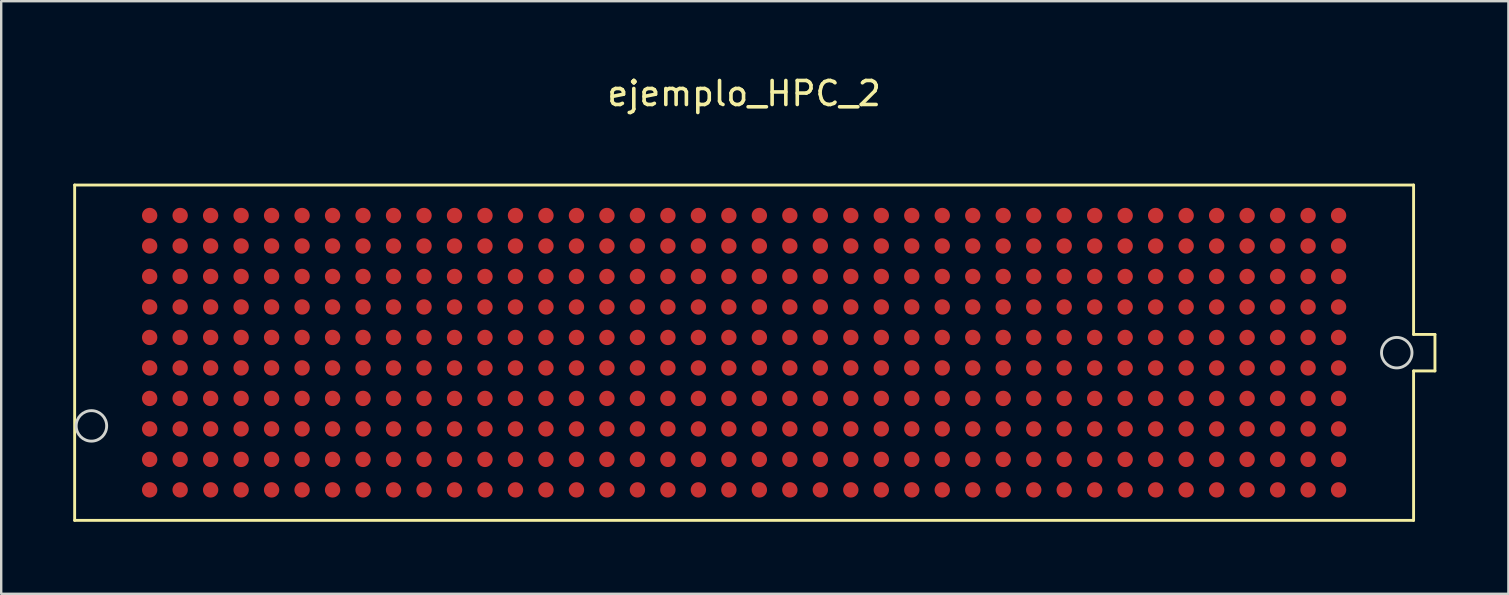
<source format=kicad_pcb>
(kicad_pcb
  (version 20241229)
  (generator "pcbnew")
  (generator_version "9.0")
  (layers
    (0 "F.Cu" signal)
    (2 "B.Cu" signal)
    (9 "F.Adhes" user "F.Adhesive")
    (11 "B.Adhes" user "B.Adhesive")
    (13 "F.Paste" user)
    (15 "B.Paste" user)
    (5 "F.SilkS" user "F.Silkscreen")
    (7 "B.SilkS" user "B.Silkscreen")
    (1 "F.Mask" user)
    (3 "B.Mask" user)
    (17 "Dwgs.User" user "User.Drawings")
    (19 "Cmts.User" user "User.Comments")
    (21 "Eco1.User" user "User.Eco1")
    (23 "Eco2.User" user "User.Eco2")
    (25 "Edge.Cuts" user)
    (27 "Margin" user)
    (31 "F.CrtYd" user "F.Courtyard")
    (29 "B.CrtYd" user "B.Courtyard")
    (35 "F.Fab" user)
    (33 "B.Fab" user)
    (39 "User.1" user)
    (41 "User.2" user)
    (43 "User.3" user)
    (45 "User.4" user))
  (footprint "ejemplo_HPC_2"
    (layer "F.Cu")
    (at 27.95 11.643)
    (property "Reference" "ejemplo_HPC_2" (at 0 -10.795 0) (layer "F.SilkS") (effects (font (size 1 1) (thickness 0.15))))
    (attr through_hole)
    (fp_line (start -27.89 -6.985) (end -27.89 6.985) (stroke (width 0.12) (type solid)) (layer "F.SilkS"))
    (fp_line (start -27.89 -6.985) (end 27.89 -6.985) (stroke (width 0.12) (type solid)) (layer "F.SilkS"))
    (fp_line (start 27.89 -0.76) (end 27.89 -6.985) (stroke (width 0.12) (type solid)) (layer "F.SilkS"))
    (fp_line (start 27.89 6.985) (end -27.89 6.985) (stroke (width 0.12) (type solid)) (layer "F.SilkS"))
    (fp_line (start 27.89 6.985) (end 27.89 0.76) (stroke (width 0.12) (type solid)) (layer "F.SilkS"))
    (fp_line (start 28.78 -0.76) (end 27.89 -0.76) (stroke (width 0.12) (type solid)) (layer "F.SilkS"))
    (fp_line (start 28.78 0.76) (end 27.89 0.76) (stroke (width 0.12) (type solid)) (layer "F.SilkS"))
    (fp_line (start 28.78 0.76) (end 28.78 -0.76) (stroke (width 0.12) (type solid)) (layer "F.SilkS"))
    (fp_circle (center -27.191 3.05) (end -26.556 3.05) (stroke (width 0.12) (type solid)) (fill no) (layer "Edge.Cuts"))
    (fp_circle (center 27.189 0) (end 27.824 0) (stroke (width 0.12) (type solid)) (fill no) (layer "Edge.Cuts"))
    (pad "A1" smd circle (at 24.765 5.715 180) (size 0.64 0.64) (layers "F.Cu" "F.Mask" "F.Paste"))
    (pad "A2" smd circle (at 23.495 5.715 180) (size 0.64 0.64) (layers "F.Cu" "F.Mask" "F.Paste"))
    (pad "A3" smd circle (at 22.225 5.715 180) (size 0.64 0.64) (layers "F.Cu" "F.Mask" "F.Paste"))
    (pad "A4" smd circle (at 20.955 5.715 180) (size 0.64 0.64) (layers "F.Cu" "F.Mask" "F.Paste"))
    (pad "A5" smd circle (at 19.685 5.715 180) (size 0.64 0.64) (layers "F.Cu" "F.Mask" "F.Paste"))
    (pad "A6" smd circle (at 18.415 5.715 180) (size 0.64 0.64) (layers "F.Cu" "F.Mask" "F.Paste"))
    (pad "A7" smd circle (at 17.145 5.715 180) (size 0.64 0.64) (layers "F.Cu" "F.Mask" "F.Paste"))
    (pad "A8" smd circle (at 15.875 5.715 180) (size 0.64 0.64) (layers "F.Cu" "F.Mask" "F.Paste"))
    (pad "A9" smd circle (at 14.605 5.715 180) (size 0.64 0.64) (layers "F.Cu" "F.Mask" "F.Paste"))
    (pad "A10" smd circle (at 13.335 5.715 180) (size 0.64 0.64) (layers "F.Cu" "F.Mask" "F.Paste"))
    (pad "A11" smd circle (at 12.065 5.715 180) (size 0.64 0.64) (layers "F.Cu" "F.Mask" "F.Paste"))
    (pad "A12" smd circle (at 10.795 5.715 180) (size 0.64 0.64) (layers "F.Cu" "F.Mask" "F.Paste"))
    (pad "A13" smd circle (at 9.525 5.715 180) (size 0.64 0.64) (layers "F.Cu" "F.Mask" "F.Paste"))
    (pad "A14" smd circle (at 8.255 5.715 180) (size 0.64 0.64) (layers "F.Cu" "F.Mask" "F.Paste"))
    (pad "A15" smd circle (at 6.985 5.715 180) (size 0.64 0.64) (layers "F.Cu" "F.Mask" "F.Paste"))
    (pad "A16" smd circle (at 5.715 5.715 180) (size 0.64 0.64) (layers "F.Cu" "F.Mask" "F.Paste"))
    (pad "A17" smd circle (at 4.445 5.715 180) (size 0.64 0.64) (layers "F.Cu" "F.Mask" "F.Paste"))
    (pad "A18" smd circle (at 3.175 5.715 180) (size 0.64 0.64) (layers "F.Cu" "F.Mask" "F.Paste"))
    (pad "A19" smd circle (at 1.905 5.715 180) (size 0.64 0.64) (layers "F.Cu" "F.Mask" "F.Paste"))
    (pad "A20" smd circle (at 0.635 5.715 180) (size 0.64 0.64) (layers "F.Cu" "F.Mask" "F.Paste"))
    (pad "A21" smd circle (at -0.635 5.715 180) (size 0.64 0.64) (layers "F.Cu" "F.Mask" "F.Paste"))
    (pad "A22" smd circle (at -1.905 5.715 180) (size 0.64 0.64) (layers "F.Cu" "F.Mask" "F.Paste"))
    (pad "A23" smd circle (at -3.175 5.715 180) (size 0.64 0.64) (layers "F.Cu" "F.Mask" "F.Paste"))
    (pad "A24" smd circle (at -4.445 5.715 180) (size 0.64 0.64) (layers "F.Cu" "F.Mask" "F.Paste"))
    (pad "A25" smd circle (at -5.715 5.715 180) (size 0.64 0.64) (layers "F.Cu" "F.Mask" "F.Paste"))
    (pad "A26" smd circle (at -6.985 5.715 180) (size 0.64 0.64) (layers "F.Cu" "F.Mask" "F.Paste"))
    (pad "A27" smd circle (at -8.255 5.715 180) (size 0.64 0.64) (layers "F.Cu" "F.Mask" "F.Paste"))
    (pad "A28" smd circle (at -9.525 5.715 180) (size 0.64 0.64) (layers "F.Cu" "F.Mask" "F.Paste"))
    (pad "A29" smd circle (at -10.795 5.715 180) (size 0.64 0.64) (layers "F.Cu" "F.Mask" "F.Paste"))
    (pad "A30" smd circle (at -12.065 5.715 180) (size 0.64 0.64) (layers "F.Cu" "F.Mask" "F.Paste"))
    (pad "A31" smd circle (at -13.335 5.715 180) (size 0.64 0.64) (layers "F.Cu" "F.Mask" "F.Paste"))
    (pad "A32" smd circle (at -14.605 5.715 180) (size 0.64 0.64) (layers "F.Cu" "F.Mask" "F.Paste"))
    (pad "A33" smd circle (at -15.875 5.715 180) (size 0.64 0.64) (layers "F.Cu" "F.Mask" "F.Paste"))
    (pad "A34" smd circle (at -17.145 5.715 180) (size 0.64 0.64) (layers "F.Cu" "F.Mask" "F.Paste"))
    (pad "A35" smd circle (at -18.415 5.715 180) (size 0.64 0.64) (layers "F.Cu" "F.Mask" "F.Paste"))
    (pad "A36" smd circle (at -19.685 5.715 180) (size 0.64 0.64) (layers "F.Cu" "F.Mask" "F.Paste"))
    (pad "A37" smd circle (at -20.955 5.715 180) (size 0.64 0.64) (layers "F.Cu" "F.Mask" "F.Paste"))
    (pad "A38" smd circle (at -22.225 5.715 180) (size 0.64 0.64) (layers "F.Cu" "F.Mask" "F.Paste"))
    (pad "A39" smd circle (at -23.495 5.715 180) (size 0.64 0.64) (layers "F.Cu" "F.Mask" "F.Paste"))
    (pad "A40" smd circle (at -24.765 5.715 180) (size 0.64 0.64) (layers "F.Cu" "F.Mask" "F.Paste"))
    (pad "B1" smd circle (at 24.765 4.445 180) (size 0.64 0.64) (layers "F.Cu" "F.Mask" "F.Paste"))
    (pad "B2" smd circle (at 23.495 4.445 180) (size 0.64 0.64) (layers "F.Cu" "F.Mask" "F.Paste"))
    (pad "B3" smd circle (at 22.225 4.445 180) (size 0.64 0.64) (layers "F.Cu" "F.Mask" "F.Paste"))
    (pad "B4" smd circle (at 20.955 4.445 180) (size 0.64 0.64) (layers "F.Cu" "F.Mask" "F.Paste"))
    (pad "B5" smd circle (at 19.685 4.445 180) (size 0.64 0.64) (layers "F.Cu" "F.Mask" "F.Paste"))
    (pad "B6" smd circle (at 18.415 4.445 180) (size 0.64 0.64) (layers "F.Cu" "F.Mask" "F.Paste"))
    (pad "B7" smd circle (at 17.145 4.445 180) (size 0.64 0.64) (layers "F.Cu" "F.Mask" "F.Paste"))
    (pad "B8" smd circle (at 15.875 4.445 180) (size 0.64 0.64) (layers "F.Cu" "F.Mask" "F.Paste"))
    (pad "B9" smd circle (at 14.605 4.445 180) (size 0.64 0.64) (layers "F.Cu" "F.Mask" "F.Paste"))
    (pad "B10" smd circle (at 13.335 4.445 180) (size 0.64 0.64) (layers "F.Cu" "F.Mask" "F.Paste"))
    (pad "B11" smd circle (at 12.065 4.445 180) (size 0.64 0.64) (layers "F.Cu" "F.Mask" "F.Paste"))
    (pad "B12" smd circle (at 10.795 4.445 180) (size 0.64 0.64) (layers "F.Cu" "F.Mask" "F.Paste"))
    (pad "B13" smd circle (at 9.525 4.445 180) (size 0.64 0.64) (layers "F.Cu" "F.Mask" "F.Paste"))
    (pad "B14" smd circle (at 8.255 4.445 180) (size 0.64 0.64) (layers "F.Cu" "F.Mask" "F.Paste"))
    (pad "B15" smd circle (at 6.985 4.445 180) (size 0.64 0.64) (layers "F.Cu" "F.Mask" "F.Paste"))
    (pad "B16" smd circle (at 5.715 4.445 180) (size 0.64 0.64) (layers "F.Cu" "F.Mask" "F.Paste"))
    (pad "B17" smd circle (at 4.445 4.445 180) (size 0.64 0.64) (layers "F.Cu" "F.Mask" "F.Paste"))
    (pad "B18" smd circle (at 3.175 4.445 180) (size 0.64 0.64) (layers "F.Cu" "F.Mask" "F.Paste"))
    (pad "B19" smd circle (at 1.905 4.445 180) (size 0.64 0.64) (layers "F.Cu" "F.Mask" "F.Paste"))
    (pad "B20" smd circle (at 0.635 4.445 180) (size 0.64 0.64) (layers "F.Cu" "F.Mask" "F.Paste"))
    (pad "B21" smd circle (at -0.635 4.445 180) (size 0.64 0.64) (layers "F.Cu" "F.Mask" "F.Paste"))
    (pad "B22" smd circle (at -1.905 4.445 180) (size 0.64 0.64) (layers "F.Cu" "F.Mask" "F.Paste"))
    (pad "B23" smd circle (at -3.175 4.445 180) (size 0.64 0.64) (layers "F.Cu" "F.Mask" "F.Paste"))
    (pad "B24" smd circle (at -4.445 4.445 180) (size 0.64 0.64) (layers "F.Cu" "F.Mask" "F.Paste"))
    (pad "B25" smd circle (at -5.715 4.445 180) (size 0.64 0.64) (layers "F.Cu" "F.Mask" "F.Paste"))
    (pad "B26" smd circle (at -6.985 4.445 180) (size 0.64 0.64) (layers "F.Cu" "F.Mask" "F.Paste"))
    (pad "B27" smd circle (at -8.255 4.445 180) (size 0.64 0.64) (layers "F.Cu" "F.Mask" "F.Paste"))
    (pad "B28" smd circle (at -9.525 4.445 180) (size 0.64 0.64) (layers "F.Cu" "F.Mask" "F.Paste"))
    (pad "B29" smd circle (at -10.795 4.445 180) (size 0.64 0.64) (layers "F.Cu" "F.Mask" "F.Paste"))
    (pad "B30" smd circle (at -12.065 4.445 180) (size 0.64 0.64) (layers "F.Cu" "F.Mask" "F.Paste"))
    (pad "B31" smd circle (at -13.335 4.445 180) (size 0.64 0.64) (layers "F.Cu" "F.Mask" "F.Paste"))
    (pad "B32" smd circle (at -14.605 4.445 180) (size 0.64 0.64) (layers "F.Cu" "F.Mask" "F.Paste"))
    (pad "B33" smd circle (at -15.875 4.445 180) (size 0.64 0.64) (layers "F.Cu" "F.Mask" "F.Paste"))
    (pad "B34" smd circle (at -17.145 4.445 180) (size 0.64 0.64) (layers "F.Cu" "F.Mask" "F.Paste"))
    (pad "B35" smd circle (at -18.415 4.445 180) (size 0.64 0.64) (layers "F.Cu" "F.Mask" "F.Paste"))
    (pad "B36" smd circle (at -19.685 4.445 180) (size 0.64 0.64) (layers "F.Cu" "F.Mask" "F.Paste"))
    (pad "B37" smd circle (at -20.955 4.445 180) (size 0.64 0.64) (layers "F.Cu" "F.Mask" "F.Paste"))
    (pad "B38" smd circle (at -22.225 4.445 180) (size 0.64 0.64) (layers "F.Cu" "F.Mask" "F.Paste"))
    (pad "B39" smd circle (at -23.495 4.445 180) (size 0.64 0.64) (layers "F.Cu" "F.Mask" "F.Paste"))
    (pad "B40" smd circle (at -24.765 4.445 180) (size 0.64 0.64) (layers "F.Cu" "F.Mask" "F.Paste"))
    (pad "C1" smd circle (at 24.765 3.175 180) (size 0.64 0.64) (layers "F.Cu" "F.Mask" "F.Paste"))
    (pad "C2" smd circle (at 23.495 3.175 180) (size 0.64 0.64) (layers "F.Cu" "F.Mask" "F.Paste"))
    (pad "C3" smd circle (at 22.225 3.175 180) (size 0.64 0.64) (layers "F.Cu" "F.Mask" "F.Paste"))
    (pad "C4" smd circle (at 20.955 3.175 180) (size 0.64 0.64) (layers "F.Cu" "F.Mask" "F.Paste"))
    (pad "C5" smd circle (at 19.685 3.175 180) (size 0.64 0.64) (layers "F.Cu" "F.Mask" "F.Paste"))
    (pad "C6" smd circle (at 18.415 3.175 180) (size 0.64 0.64) (layers "F.Cu" "F.Mask" "F.Paste"))
    (pad "C7" smd circle (at 17.145 3.175 180) (size 0.64 0.64) (layers "F.Cu" "F.Mask" "F.Paste"))
    (pad "C8" smd circle (at 15.875 3.175 180) (size 0.64 0.64) (layers "F.Cu" "F.Mask" "F.Paste"))
    (pad "C9" smd circle (at 14.605 3.175 180) (size 0.64 0.64) (layers "F.Cu" "F.Mask" "F.Paste"))
    (pad "C10" smd circle (at 13.335 3.175 180) (size 0.64 0.64) (layers "F.Cu" "F.Mask" "F.Paste"))
    (pad "C11" smd circle (at 12.065 3.175 180) (size 0.64 0.64) (layers "F.Cu" "F.Mask" "F.Paste"))
    (pad "C12" smd circle (at 10.795 3.175 180) (size 0.64 0.64) (layers "F.Cu" "F.Mask" "F.Paste"))
    (pad "C13" smd circle (at 9.525 3.175 180) (size 0.64 0.64) (layers "F.Cu" "F.Mask" "F.Paste"))
    (pad "C14" smd circle (at 8.255 3.175 180) (size 0.64 0.64) (layers "F.Cu" "F.Mask" "F.Paste"))
    (pad "C15" smd circle (at 6.985 3.175 180) (size 0.64 0.64) (layers "F.Cu" "F.Mask" "F.Paste"))
    (pad "C16" smd circle (at 5.715 3.175 180) (size 0.64 0.64) (layers "F.Cu" "F.Mask" "F.Paste"))
    (pad "C17" smd circle (at 4.445 3.175 180) (size 0.64 0.64) (layers "F.Cu" "F.Mask" "F.Paste"))
    (pad "C18" smd circle (at 3.175 3.175 180) (size 0.64 0.64) (layers "F.Cu" "F.Mask" "F.Paste"))
    (pad "C19" smd circle (at 1.905 3.175 180) (size 0.64 0.64) (layers "F.Cu" "F.Mask" "F.Paste"))
    (pad "C20" smd circle (at 0.635 3.175 180) (size 0.64 0.64) (layers "F.Cu" "F.Mask" "F.Paste"))
    (pad "C21" smd circle (at -0.635 3.175 180) (size 0.64 0.64) (layers "F.Cu" "F.Mask" "F.Paste"))
    (pad "C22" smd circle (at -1.905 3.175 180) (size 0.64 0.64) (layers "F.Cu" "F.Mask" "F.Paste"))
    (pad "C23" smd circle (at -3.175 3.175 180) (size 0.64 0.64) (layers "F.Cu" "F.Mask" "F.Paste"))
    (pad "C24" smd circle (at -4.445 3.175 180) (size 0.64 0.64) (layers "F.Cu" "F.Mask" "F.Paste"))
    (pad "C25" smd circle (at -5.715 3.175 180) (size 0.64 0.64) (layers "F.Cu" "F.Mask" "F.Paste"))
    (pad "C26" smd circle (at -6.985 3.175 180) (size 0.64 0.64) (layers "F.Cu" "F.Mask" "F.Paste"))
    (pad "C27" smd circle (at -8.255 3.175 180) (size 0.64 0.64) (layers "F.Cu" "F.Mask" "F.Paste"))
    (pad "C28" smd circle (at -9.525 3.175 180) (size 0.64 0.64) (layers "F.Cu" "F.Mask" "F.Paste"))
    (pad "C29" smd circle (at -10.795 3.175 180) (size 0.64 0.64) (layers "F.Cu" "F.Mask" "F.Paste"))
    (pad "C30" smd circle (at -12.065 3.175 180) (size 0.64 0.64) (layers "F.Cu" "F.Mask" "F.Paste"))
    (pad "C31" smd circle (at -13.335 3.175 180) (size 0.64 0.64) (layers "F.Cu" "F.Mask" "F.Paste"))
    (pad "C32" smd circle (at -14.605 3.175 180) (size 0.64 0.64) (layers "F.Cu" "F.Mask" "F.Paste"))
    (pad "C33" smd circle (at -15.875 3.175 180) (size 0.64 0.64) (layers "F.Cu" "F.Mask" "F.Paste"))
    (pad "C34" smd circle (at -17.145 3.175 180) (size 0.64 0.64) (layers "F.Cu" "F.Mask" "F.Paste"))
    (pad "C35" smd circle (at -18.415 3.175 180) (size 0.64 0.64) (layers "F.Cu" "F.Mask" "F.Paste"))
    (pad "C36" smd circle (at -19.685 3.175 180) (size 0.64 0.64) (layers "F.Cu" "F.Mask" "F.Paste"))
    (pad "C37" smd circle (at -20.955 3.175 180) (size 0.64 0.64) (layers "F.Cu" "F.Mask" "F.Paste"))
    (pad "C38" smd circle (at -22.225 3.175 180) (size 0.64 0.64) (layers "F.Cu" "F.Mask" "F.Paste"))
    (pad "C39" smd circle (at -23.495 3.175 180) (size 0.64 0.64) (layers "F.Cu" "F.Mask" "F.Paste"))
    (pad "C40" smd circle (at -24.765 3.175 180) (size 0.64 0.64) (layers "F.Cu" "F.Mask" "F.Paste"))
    (pad "D1" smd circle (at 24.765 1.905 180) (size 0.64 0.64) (layers "F.Cu" "F.Mask" "F.Paste"))
    (pad "D2" smd circle (at 23.495 1.905 180) (size 0.64 0.64) (layers "F.Cu" "F.Mask" "F.Paste"))
    (pad "D3" smd circle (at 22.225 1.905 180) (size 0.64 0.64) (layers "F.Cu" "F.Mask" "F.Paste"))
    (pad "D4" smd circle (at 20.955 1.905 180) (size 0.64 0.64) (layers "F.Cu" "F.Mask" "F.Paste"))
    (pad "D5" smd circle (at 19.685 1.905 180) (size 0.64 0.64) (layers "F.Cu" "F.Mask" "F.Paste"))
    (pad "D6" smd circle (at 18.415 1.905 180) (size 0.64 0.64) (layers "F.Cu" "F.Mask" "F.Paste"))
    (pad "D7" smd circle (at 17.145 1.905 180) (size 0.64 0.64) (layers "F.Cu" "F.Mask" "F.Paste"))
    (pad "D8" smd circle (at 15.875 1.905 180) (size 0.64 0.64) (layers "F.Cu" "F.Mask" "F.Paste"))
    (pad "D9" smd circle (at 14.605 1.905 180) (size 0.64 0.64) (layers "F.Cu" "F.Mask" "F.Paste"))
    (pad "D10" smd circle (at 13.335 1.905 180) (size 0.64 0.64) (layers "F.Cu" "F.Mask" "F.Paste"))
    (pad "D11" smd circle (at 12.065 1.905 180) (size 0.64 0.64) (layers "F.Cu" "F.Mask" "F.Paste"))
    (pad "D12" smd circle (at 10.795 1.905 180) (size 0.64 0.64) (layers "F.Cu" "F.Mask" "F.Paste"))
    (pad "D13" smd circle (at 9.525 1.905 180) (size 0.64 0.64) (layers "F.Cu" "F.Mask" "F.Paste"))
    (pad "D14" smd circle (at 8.255 1.905 180) (size 0.64 0.64) (layers "F.Cu" "F.Mask" "F.Paste"))
    (pad "D15" smd circle (at 6.985 1.905 180) (size 0.64 0.64) (layers "F.Cu" "F.Mask" "F.Paste"))
    (pad "D16" smd circle (at 5.715 1.905 180) (size 0.64 0.64) (layers "F.Cu" "F.Mask" "F.Paste"))
    (pad "D17" smd circle (at 4.445 1.905 180) (size 0.64 0.64) (layers "F.Cu" "F.Mask" "F.Paste"))
    (pad "D18" smd circle (at 3.175 1.905 180) (size 0.64 0.64) (layers "F.Cu" "F.Mask" "F.Paste"))
    (pad "D19" smd circle (at 1.905 1.905 180) (size 0.64 0.64) (layers "F.Cu" "F.Mask" "F.Paste"))
    (pad "D20" smd circle (at 0.635 1.905 180) (size 0.64 0.64) (layers "F.Cu" "F.Mask" "F.Paste"))
    (pad "D21" smd circle (at -0.635 1.905 180) (size 0.64 0.64) (layers "F.Cu" "F.Mask" "F.Paste"))
    (pad "D22" smd circle (at -1.905 1.905 180) (size 0.64 0.64) (layers "F.Cu" "F.Mask" "F.Paste"))
    (pad "D23" smd circle (at -3.175 1.905 180) (size 0.64 0.64) (layers "F.Cu" "F.Mask" "F.Paste"))
    (pad "D24" smd circle (at -4.445 1.905 180) (size 0.64 0.64) (layers "F.Cu" "F.Mask" "F.Paste"))
    (pad "D25" smd circle (at -5.715 1.905 180) (size 0.64 0.64) (layers "F.Cu" "F.Mask" "F.Paste"))
    (pad "D26" smd circle (at -6.985 1.905 180) (size 0.64 0.64) (layers "F.Cu" "F.Mask" "F.Paste"))
    (pad "D27" smd circle (at -8.255 1.905 180) (size 0.64 0.64) (layers "F.Cu" "F.Mask" "F.Paste"))
    (pad "D28" smd circle (at -9.525 1.905 180) (size 0.64 0.64) (layers "F.Cu" "F.Mask" "F.Paste"))
    (pad "D29" smd circle (at -10.795 1.905 180) (size 0.64 0.64) (layers "F.Cu" "F.Mask" "F.Paste"))
    (pad "D30" smd circle (at -12.065 1.905 180) (size 0.64 0.64) (layers "F.Cu" "F.Mask" "F.Paste"))
    (pad "D31" smd circle (at -13.335 1.905 180) (size 0.64 0.64) (layers "F.Cu" "F.Mask" "F.Paste"))
    (pad "D32" smd circle (at -14.605 1.905 180) (size 0.64 0.64) (layers "F.Cu" "F.Mask" "F.Paste"))
    (pad "D33" smd circle (at -15.875 1.905 180) (size 0.64 0.64) (layers "F.Cu" "F.Mask" "F.Paste"))
    (pad "D34" smd circle (at -17.145 1.905 180) (size 0.64 0.64) (layers "F.Cu" "F.Mask" "F.Paste"))
    (pad "D35" smd circle (at -18.415 1.905 180) (size 0.64 0.64) (layers "F.Cu" "F.Mask" "F.Paste"))
    (pad "D36" smd circle (at -19.685 1.905 180) (size 0.64 0.64) (layers "F.Cu" "F.Mask" "F.Paste"))
    (pad "D37" smd circle (at -20.955 1.905 180) (size 0.64 0.64) (layers "F.Cu" "F.Mask" "F.Paste"))
    (pad "D38" smd circle (at -22.225 1.905 180) (size 0.64 0.64) (layers "F.Cu" "F.Mask" "F.Paste"))
    (pad "D39" smd circle (at -23.495 1.905 180) (size 0.64 0.64) (layers "F.Cu" "F.Mask" "F.Paste"))
    (pad "D40" smd circle (at -24.765 1.905 180) (size 0.64 0.64) (layers "F.Cu" "F.Mask" "F.Paste"))
    (pad "E1" smd circle (at 24.765 0.635 180) (size 0.64 0.64) (layers "F.Cu" "F.Mask" "F.Paste"))
    (pad "E2" smd circle (at 23.495 0.635 180) (size 0.64 0.64) (layers "F.Cu" "F.Mask" "F.Paste"))
    (pad "E3" smd circle (at 22.225 0.635 180) (size 0.64 0.64) (layers "F.Cu" "F.Mask" "F.Paste"))
    (pad "E4" smd circle (at 20.955 0.635 180) (size 0.64 0.64) (layers "F.Cu" "F.Mask" "F.Paste"))
    (pad "E5" smd circle (at 19.685 0.635 180) (size 0.64 0.64) (layers "F.Cu" "F.Mask" "F.Paste"))
    (pad "E6" smd circle (at 18.415 0.635 180) (size 0.64 0.64) (layers "F.Cu" "F.Mask" "F.Paste"))
    (pad "E7" smd circle (at 17.145 0.635 180) (size 0.64 0.64) (layers "F.Cu" "F.Mask" "F.Paste"))
    (pad "E8" smd circle (at 15.875 0.635 180) (size 0.64 0.64) (layers "F.Cu" "F.Mask" "F.Paste"))
    (pad "E9" smd circle (at 14.605 0.635 180) (size 0.64 0.64) (layers "F.Cu" "F.Mask" "F.Paste"))
    (pad "E10" smd circle (at 13.335 0.635 180) (size 0.64 0.64) (layers "F.Cu" "F.Mask" "F.Paste"))
    (pad "E11" smd circle (at 12.065 0.635 180) (size 0.64 0.64) (layers "F.Cu" "F.Mask" "F.Paste"))
    (pad "E12" smd circle (at 10.795 0.635 180) (size 0.64 0.64) (layers "F.Cu" "F.Mask" "F.Paste"))
    (pad "E13" smd circle (at 9.525 0.635 180) (size 0.64 0.64) (layers "F.Cu" "F.Mask" "F.Paste"))
    (pad "E14" smd circle (at 8.255 0.635 180) (size 0.64 0.64) (layers "F.Cu" "F.Mask" "F.Paste"))
    (pad "E15" smd circle (at 6.985 0.635 180) (size 0.64 0.64) (layers "F.Cu" "F.Mask" "F.Paste"))
    (pad "E16" smd circle (at 5.715 0.635 180) (size 0.64 0.64) (layers "F.Cu" "F.Mask" "F.Paste"))
    (pad "E17" smd circle (at 4.445 0.635 180) (size 0.64 0.64) (layers "F.Cu" "F.Mask" "F.Paste"))
    (pad "E18" smd circle (at 3.175 0.635 180) (size 0.64 0.64) (layers "F.Cu" "F.Mask" "F.Paste"))
    (pad "E19" smd circle (at 1.905 0.635 180) (size 0.64 0.64) (layers "F.Cu" "F.Mask" "F.Paste"))
    (pad "E20" smd circle (at 0.635 0.635 180) (size 0.64 0.64) (layers "F.Cu" "F.Mask" "F.Paste"))
    (pad "E21" smd circle (at -0.635 0.635 180) (size 0.64 0.64) (layers "F.Cu" "F.Mask" "F.Paste"))
    (pad "E22" smd circle (at -1.905 0.635 180) (size 0.64 0.64) (layers "F.Cu" "F.Mask" "F.Paste"))
    (pad "E23" smd circle (at -3.175 0.635 180) (size 0.64 0.64) (layers "F.Cu" "F.Mask" "F.Paste"))
    (pad "E24" smd circle (at -4.445 0.635 180) (size 0.64 0.64) (layers "F.Cu" "F.Mask" "F.Paste"))
    (pad "E25" smd circle (at -5.715 0.635 180) (size 0.64 0.64) (layers "F.Cu" "F.Mask" "F.Paste"))
    (pad "E26" smd circle (at -6.985 0.635 180) (size 0.64 0.64) (layers "F.Cu" "F.Mask" "F.Paste"))
    (pad "E27" smd circle (at -8.255 0.635 180) (size 0.64 0.64) (layers "F.Cu" "F.Mask" "F.Paste"))
    (pad "E28" smd circle (at -9.525 0.635 180) (size 0.64 0.64) (layers "F.Cu" "F.Mask" "F.Paste"))
    (pad "E29" smd circle (at -10.795 0.635 180) (size 0.64 0.64) (layers "F.Cu" "F.Mask" "F.Paste"))
    (pad "E30" smd circle (at -12.065 0.635 180) (size 0.64 0.64) (layers "F.Cu" "F.Mask" "F.Paste"))
    (pad "E31" smd circle (at -13.335 0.635 180) (size 0.64 0.64) (layers "F.Cu" "F.Mask" "F.Paste"))
    (pad "E32" smd circle (at -14.605 0.635 180) (size 0.64 0.64) (layers "F.Cu" "F.Mask" "F.Paste"))
    (pad "E33" smd circle (at -15.875 0.635 180) (size 0.64 0.64) (layers "F.Cu" "F.Mask" "F.Paste"))
    (pad "E34" smd circle (at -17.145 0.635 180) (size 0.64 0.64) (layers "F.Cu" "F.Mask" "F.Paste"))
    (pad "E35" smd circle (at -18.415 0.635 180) (size 0.64 0.64) (layers "F.Cu" "F.Mask" "F.Paste"))
    (pad "E36" smd circle (at -19.685 0.635 180) (size 0.64 0.64) (layers "F.Cu" "F.Mask" "F.Paste"))
    (pad "E37" smd circle (at -20.955 0.635 180) (size 0.64 0.64) (layers "F.Cu" "F.Mask" "F.Paste"))
    (pad "E38" smd circle (at -22.225 0.635 180) (size 0.64 0.64) (layers "F.Cu" "F.Mask" "F.Paste"))
    (pad "E39" smd circle (at -23.495 0.635 180) (size 0.64 0.64) (layers "F.Cu" "F.Mask" "F.Paste"))
    (pad "E40" smd circle (at -24.765 0.635 180) (size 0.64 0.64) (layers "F.Cu" "F.Mask" "F.Paste"))
    (pad "F1" smd circle (at 24.765 -0.635 180) (size 0.64 0.64) (layers "F.Cu" "F.Mask" "F.Paste"))
    (pad "F2" smd circle (at 23.495 -0.635 180) (size 0.64 0.64) (layers "F.Cu" "F.Mask" "F.Paste"))
    (pad "F3" smd circle (at 22.225 -0.635 180) (size 0.64 0.64) (layers "F.Cu" "F.Mask" "F.Paste"))
    (pad "F4" smd circle (at 20.955 -0.635 180) (size 0.64 0.64) (layers "F.Cu" "F.Mask" "F.Paste"))
    (pad "F5" smd circle (at 19.685 -0.635 180) (size 0.64 0.64) (layers "F.Cu" "F.Mask" "F.Paste"))
    (pad "F6" smd circle (at 18.415 -0.635 180) (size 0.64 0.64) (layers "F.Cu" "F.Mask" "F.Paste"))
    (pad "F7" smd circle (at 17.145 -0.635 180) (size 0.64 0.64) (layers "F.Cu" "F.Mask" "F.Paste"))
    (pad "F8" smd circle (at 15.875 -0.635 180) (size 0.64 0.64) (layers "F.Cu" "F.Mask" "F.Paste"))
    (pad "F9" smd circle (at 14.605 -0.635 180) (size 0.64 0.64) (layers "F.Cu" "F.Mask" "F.Paste"))
    (pad "F10" smd circle (at 13.335 -0.635 180) (size 0.64 0.64) (layers "F.Cu" "F.Mask" "F.Paste"))
    (pad "F11" smd circle (at 12.065 -0.635 180) (size 0.64 0.64) (layers "F.Cu" "F.Mask" "F.Paste"))
    (pad "F12" smd circle (at 10.795 -0.635 180) (size 0.64 0.64) (layers "F.Cu" "F.Mask" "F.Paste"))
    (pad "F13" smd circle (at 9.525 -0.635 180) (size 0.64 0.64) (layers "F.Cu" "F.Mask" "F.Paste"))
    (pad "F14" smd circle (at 8.255 -0.635 180) (size 0.64 0.64) (layers "F.Cu" "F.Mask" "F.Paste"))
    (pad "F15" smd circle (at 6.985 -0.635 180) (size 0.64 0.64) (layers "F.Cu" "F.Mask" "F.Paste"))
    (pad "F16" smd circle (at 5.715 -0.635 180) (size 0.64 0.64) (layers "F.Cu" "F.Mask" "F.Paste"))
    (pad "F17" smd circle (at 4.445 -0.635 180) (size 0.64 0.64) (layers "F.Cu" "F.Mask" "F.Paste"))
    (pad "F18" smd circle (at 3.175 -0.635 180) (size 0.64 0.64) (layers "F.Cu" "F.Mask" "F.Paste"))
    (pad "F19" smd circle (at 1.905 -0.635 180) (size 0.64 0.64) (layers "F.Cu" "F.Mask" "F.Paste"))
    (pad "F20" smd circle (at 0.635 -0.635 180) (size 0.64 0.64) (layers "F.Cu" "F.Mask" "F.Paste"))
    (pad "F21" smd circle (at -0.635 -0.635 180) (size 0.64 0.64) (layers "F.Cu" "F.Mask" "F.Paste"))
    (pad "F22" smd circle (at -1.905 -0.635 180) (size 0.64 0.64) (layers "F.Cu" "F.Mask" "F.Paste"))
    (pad "F23" smd circle (at -3.175 -0.635 180) (size 0.64 0.64) (layers "F.Cu" "F.Mask" "F.Paste"))
    (pad "F24" smd circle (at -4.445 -0.635 180) (size 0.64 0.64) (layers "F.Cu" "F.Mask" "F.Paste"))
    (pad "F25" smd circle (at -5.715 -0.635 180) (size 0.64 0.64) (layers "F.Cu" "F.Mask" "F.Paste"))
    (pad "F26" smd circle (at -6.985 -0.635 180) (size 0.64 0.64) (layers "F.Cu" "F.Mask" "F.Paste"))
    (pad "F27" smd circle (at -8.255 -0.635 180) (size 0.64 0.64) (layers "F.Cu" "F.Mask" "F.Paste"))
    (pad "F28" smd circle (at -9.525 -0.635 180) (size 0.64 0.64) (layers "F.Cu" "F.Mask" "F.Paste"))
    (pad "F29" smd circle (at -10.795 -0.635 180) (size 0.64 0.64) (layers "F.Cu" "F.Mask" "F.Paste"))
    (pad "F30" smd circle (at -12.065 -0.635 180) (size 0.64 0.64) (layers "F.Cu" "F.Mask" "F.Paste"))
    (pad "F31" smd circle (at -13.335 -0.635 180) (size 0.64 0.64) (layers "F.Cu" "F.Mask" "F.Paste"))
    (pad "F32" smd circle (at -14.605 -0.635 180) (size 0.64 0.64) (layers "F.Cu" "F.Mask" "F.Paste"))
    (pad "F33" smd circle (at -15.875 -0.635 180) (size 0.64 0.64) (layers "F.Cu" "F.Mask" "F.Paste"))
    (pad "F34" smd circle (at -17.145 -0.635 180) (size 0.64 0.64) (layers "F.Cu" "F.Mask" "F.Paste"))
    (pad "F35" smd circle (at -18.415 -0.635 180) (size 0.64 0.64) (layers "F.Cu" "F.Mask" "F.Paste"))
    (pad "F36" smd circle (at -19.685 -0.635 180) (size 0.64 0.64) (layers "F.Cu" "F.Mask" "F.Paste"))
    (pad "F37" smd circle (at -20.955 -0.635 180) (size 0.64 0.64) (layers "F.Cu" "F.Mask" "F.Paste"))
    (pad "F38" smd circle (at -22.225 -0.635 180) (size 0.64 0.64) (layers "F.Cu" "F.Mask" "F.Paste"))
    (pad "F39" smd circle (at -23.495 -0.635 180) (size 0.64 0.64) (layers "F.Cu" "F.Mask" "F.Paste"))
    (pad "F40" smd circle (at -24.765 -0.635 180) (size 0.64 0.64) (layers "F.Cu" "F.Mask" "F.Paste"))
    (pad "G1" smd circle (at 24.765 -1.905 180) (size 0.64 0.64) (layers "F.Cu" "F.Mask" "F.Paste"))
    (pad "G2" smd circle (at 23.495 -1.905 180) (size 0.64 0.64) (layers "F.Cu" "F.Mask" "F.Paste"))
    (pad "G3" smd circle (at 22.225 -1.905 180) (size 0.64 0.64) (layers "F.Cu" "F.Mask" "F.Paste"))
    (pad "G4" smd circle (at 20.955 -1.905 180) (size 0.64 0.64) (layers "F.Cu" "F.Mask" "F.Paste"))
    (pad "G5" smd circle (at 19.685 -1.905 180) (size 0.64 0.64) (layers "F.Cu" "F.Mask" "F.Paste"))
    (pad "G6" smd circle (at 18.415 -1.905 180) (size 0.64 0.64) (layers "F.Cu" "F.Mask" "F.Paste"))
    (pad "G7" smd circle (at 17.145 -1.905 180) (size 0.64 0.64) (layers "F.Cu" "F.Mask" "F.Paste"))
    (pad "G8" smd circle (at 15.875 -1.905 180) (size 0.64 0.64) (layers "F.Cu" "F.Mask" "F.Paste"))
    (pad "G9" smd circle (at 14.605 -1.905 180) (size 0.64 0.64) (layers "F.Cu" "F.Mask" "F.Paste"))
    (pad "G10" smd circle (at 13.335 -1.905 180) (size 0.64 0.64) (layers "F.Cu" "F.Mask" "F.Paste"))
    (pad "G11" smd circle (at 12.065 -1.905 180) (size 0.64 0.64) (layers "F.Cu" "F.Mask" "F.Paste"))
    (pad "G12" smd circle (at 10.795 -1.905 180) (size 0.64 0.64) (layers "F.Cu" "F.Mask" "F.Paste"))
    (pad "G13" smd circle (at 9.525 -1.905 180) (size 0.64 0.64) (layers "F.Cu" "F.Mask" "F.Paste"))
    (pad "G14" smd circle (at 8.255 -1.905 180) (size 0.64 0.64) (layers "F.Cu" "F.Mask" "F.Paste"))
    (pad "G15" smd circle (at 6.985 -1.905 180) (size 0.64 0.64) (layers "F.Cu" "F.Mask" "F.Paste"))
    (pad "G16" smd circle (at 5.715 -1.905 180) (size 0.64 0.64) (layers "F.Cu" "F.Mask" "F.Paste"))
    (pad "G17" smd circle (at 4.445 -1.905 180) (size 0.64 0.64) (layers "F.Cu" "F.Mask" "F.Paste"))
    (pad "G18" smd circle (at 3.175 -1.905 180) (size 0.64 0.64) (layers "F.Cu" "F.Mask" "F.Paste"))
    (pad "G19" smd circle (at 1.905 -1.905 180) (size 0.64 0.64) (layers "F.Cu" "F.Mask" "F.Paste"))
    (pad "G20" smd circle (at 0.635 -1.905 180) (size 0.64 0.64) (layers "F.Cu" "F.Mask" "F.Paste"))
    (pad "G21" smd circle (at -0.635 -1.905 180) (size 0.64 0.64) (layers "F.Cu" "F.Mask" "F.Paste"))
    (pad "G22" smd circle (at -1.905 -1.905 180) (size 0.64 0.64) (layers "F.Cu" "F.Mask" "F.Paste"))
    (pad "G23" smd circle (at -3.175 -1.905 180) (size 0.64 0.64) (layers "F.Cu" "F.Mask" "F.Paste"))
    (pad "G24" smd circle (at -4.445 -1.905 180) (size 0.64 0.64) (layers "F.Cu" "F.Mask" "F.Paste"))
    (pad "G25" smd circle (at -5.715 -1.905 180) (size 0.64 0.64) (layers "F.Cu" "F.Mask" "F.Paste"))
    (pad "G26" smd circle (at -6.985 -1.905 180) (size 0.64 0.64) (layers "F.Cu" "F.Mask" "F.Paste"))
    (pad "G27" smd circle (at -8.255 -1.905 180) (size 0.64 0.64) (layers "F.Cu" "F.Mask" "F.Paste"))
    (pad "G28" smd circle (at -9.525 -1.905 180) (size 0.64 0.64) (layers "F.Cu" "F.Mask" "F.Paste"))
    (pad "G29" smd circle (at -10.795 -1.905 180) (size 0.64 0.64) (layers "F.Cu" "F.Mask" "F.Paste"))
    (pad "G30" smd circle (at -12.065 -1.905 180) (size 0.64 0.64) (layers "F.Cu" "F.Mask" "F.Paste"))
    (pad "G31" smd circle (at -13.335 -1.905 180) (size 0.64 0.64) (layers "F.Cu" "F.Mask" "F.Paste"))
    (pad "G32" smd circle (at -14.605 -1.905 180) (size 0.64 0.64) (layers "F.Cu" "F.Mask" "F.Paste"))
    (pad "G33" smd circle (at -15.875 -1.905 180) (size 0.64 0.64) (layers "F.Cu" "F.Mask" "F.Paste"))
    (pad "G34" smd circle (at -17.145 -1.905 180) (size 0.64 0.64) (layers "F.Cu" "F.Mask" "F.Paste"))
    (pad "G35" smd circle (at -18.415 -1.905 180) (size 0.64 0.64) (layers "F.Cu" "F.Mask" "F.Paste"))
    (pad "G36" smd circle (at -19.685 -1.905 180) (size 0.64 0.64) (layers "F.Cu" "F.Mask" "F.Paste"))
    (pad "G37" smd circle (at -20.955 -1.905 180) (size 0.64 0.64) (layers "F.Cu" "F.Mask" "F.Paste"))
    (pad "G38" smd circle (at -22.225 -1.905 180) (size 0.64 0.64) (layers "F.Cu" "F.Mask" "F.Paste"))
    (pad "G39" smd circle (at -23.495 -1.905 180) (size 0.64 0.64) (layers "F.Cu" "F.Mask" "F.Paste"))
    (pad "G40" smd circle (at -24.765 -1.905 180) (size 0.64 0.64) (layers "F.Cu" "F.Mask" "F.Paste"))
    (pad "H1" smd circle (at 24.765 -3.175 180) (size 0.64 0.64) (layers "F.Cu" "F.Mask" "F.Paste"))
    (pad "H2" smd circle (at 23.495 -3.175 180) (size 0.64 0.64) (layers "F.Cu" "F.Mask" "F.Paste"))
    (pad "H3" smd circle (at 22.225 -3.175 180) (size 0.64 0.64) (layers "F.Cu" "F.Mask" "F.Paste"))
    (pad "H4" smd circle (at 20.955 -3.175 180) (size 0.64 0.64) (layers "F.Cu" "F.Mask" "F.Paste"))
    (pad "H5" smd circle (at 19.685 -3.175 180) (size 0.64 0.64) (layers "F.Cu" "F.Mask" "F.Paste"))
    (pad "H6" smd circle (at 18.415 -3.175 180) (size 0.64 0.64) (layers "F.Cu" "F.Mask" "F.Paste"))
    (pad "H7" smd circle (at 17.145 -3.175 180) (size 0.64 0.64) (layers "F.Cu" "F.Mask" "F.Paste"))
    (pad "H8" smd circle (at 15.875 -3.175 180) (size 0.64 0.64) (layers "F.Cu" "F.Mask" "F.Paste"))
    (pad "H9" smd circle (at 14.605 -3.175 180) (size 0.64 0.64) (layers "F.Cu" "F.Mask" "F.Paste"))
    (pad "H10" smd circle (at 13.335 -3.175 180) (size 0.64 0.64) (layers "F.Cu" "F.Mask" "F.Paste"))
    (pad "H11" smd circle (at 12.065 -3.175 180) (size 0.64 0.64) (layers "F.Cu" "F.Mask" "F.Paste"))
    (pad "H12" smd circle (at 10.795 -3.175 180) (size 0.64 0.64) (layers "F.Cu" "F.Mask" "F.Paste"))
    (pad "H13" smd circle (at 9.525 -3.175 180) (size 0.64 0.64) (layers "F.Cu" "F.Mask" "F.Paste"))
    (pad "H14" smd circle (at 8.255 -3.175 180) (size 0.64 0.64) (layers "F.Cu" "F.Mask" "F.Paste"))
    (pad "H15" smd circle (at 6.985 -3.175 180) (size 0.64 0.64) (layers "F.Cu" "F.Mask" "F.Paste"))
    (pad "H16" smd circle (at 5.715 -3.175 180) (size 0.64 0.64) (layers "F.Cu" "F.Mask" "F.Paste"))
    (pad "H17" smd circle (at 4.445 -3.175 180) (size 0.64 0.64) (layers "F.Cu" "F.Mask" "F.Paste"))
    (pad "H18" smd circle (at 3.175 -3.175 180) (size 0.64 0.64) (layers "F.Cu" "F.Mask" "F.Paste"))
    (pad "H19" smd circle (at 1.905 -3.175 180) (size 0.64 0.64) (layers "F.Cu" "F.Mask" "F.Paste"))
    (pad "H20" smd circle (at 0.635 -3.175 180) (size 0.64 0.64) (layers "F.Cu" "F.Mask" "F.Paste"))
    (pad "H21" smd circle (at -0.635 -3.175 180) (size 0.64 0.64) (layers "F.Cu" "F.Mask" "F.Paste"))
    (pad "H22" smd circle (at -1.905 -3.175 180) (size 0.64 0.64) (layers "F.Cu" "F.Mask" "F.Paste"))
    (pad "H23" smd circle (at -3.175 -3.175 180) (size 0.64 0.64) (layers "F.Cu" "F.Mask" "F.Paste"))
    (pad "H24" smd circle (at -4.445 -3.175 180) (size 0.64 0.64) (layers "F.Cu" "F.Mask" "F.Paste"))
    (pad "H25" smd circle (at -5.715 -3.175 180) (size 0.64 0.64) (layers "F.Cu" "F.Mask" "F.Paste"))
    (pad "H26" smd circle (at -6.985 -3.175 180) (size 0.64 0.64) (layers "F.Cu" "F.Mask" "F.Paste"))
    (pad "H27" smd circle (at -8.255 -3.175 180) (size 0.64 0.64) (layers "F.Cu" "F.Mask" "F.Paste"))
    (pad "H28" smd circle (at -9.525 -3.175 180) (size 0.64 0.64) (layers "F.Cu" "F.Mask" "F.Paste"))
    (pad "H29" smd circle (at -10.795 -3.175 180) (size 0.64 0.64) (layers "F.Cu" "F.Mask" "F.Paste"))
    (pad "H30" smd circle (at -12.065 -3.175 180) (size 0.64 0.64) (layers "F.Cu" "F.Mask" "F.Paste"))
    (pad "H31" smd circle (at -13.335 -3.175 180) (size 0.64 0.64) (layers "F.Cu" "F.Mask" "F.Paste"))
    (pad "H32" smd circle (at -14.605 -3.175 180) (size 0.64 0.64) (layers "F.Cu" "F.Mask" "F.Paste"))
    (pad "H33" smd circle (at -15.875 -3.175 180) (size 0.64 0.64) (layers "F.Cu" "F.Mask" "F.Paste"))
    (pad "H34" smd circle (at -17.145 -3.175 180) (size 0.64 0.64) (layers "F.Cu" "F.Mask" "F.Paste"))
    (pad "H35" smd circle (at -18.415 -3.175 180) (size 0.64 0.64) (layers "F.Cu" "F.Mask" "F.Paste"))
    (pad "H36" smd circle (at -19.685 -3.175 180) (size 0.64 0.64) (layers "F.Cu" "F.Mask" "F.Paste"))
    (pad "H37" smd circle (at -20.955 -3.175 180) (size 0.64 0.64) (layers "F.Cu" "F.Mask" "F.Paste"))
    (pad "H38" smd circle (at -22.225 -3.175 180) (size 0.64 0.64) (layers "F.Cu" "F.Mask" "F.Paste"))
    (pad "H39" smd circle (at -23.495 -3.175 180) (size 0.64 0.64) (layers "F.Cu" "F.Mask" "F.Paste"))
    (pad "H40" smd circle (at -24.765 -3.175 180) (size 0.64 0.64) (layers "F.Cu" "F.Mask" "F.Paste"))
    (pad "J1" smd circle (at 24.765 -4.445 180) (size 0.64 0.64) (layers "F.Cu" "F.Mask" "F.Paste"))
    (pad "J2" smd circle (at 23.495 -4.445 180) (size 0.64 0.64) (layers "F.Cu" "F.Mask" "F.Paste"))
    (pad "J3" smd circle (at 22.225 -4.445 180) (size 0.64 0.64) (layers "F.Cu" "F.Mask" "F.Paste"))
    (pad "J4" smd circle (at 20.955 -4.445 180) (size 0.64 0.64) (layers "F.Cu" "F.Mask" "F.Paste"))
    (pad "J5" smd circle (at 19.685 -4.445 180) (size 0.64 0.64) (layers "F.Cu" "F.Mask" "F.Paste"))
    (pad "J6" smd circle (at 18.415 -4.445 180) (size 0.64 0.64) (layers "F.Cu" "F.Mask" "F.Paste"))
    (pad "J7" smd circle (at 17.145 -4.445 180) (size 0.64 0.64) (layers "F.Cu" "F.Mask" "F.Paste"))
    (pad "J8" smd circle (at 15.875 -4.445 180) (size 0.64 0.64) (layers "F.Cu" "F.Mask" "F.Paste"))
    (pad "J9" smd circle (at 14.605 -4.445 180) (size 0.64 0.64) (layers "F.Cu" "F.Mask" "F.Paste"))
    (pad "J10" smd circle (at 13.335 -4.445 180) (size 0.64 0.64) (layers "F.Cu" "F.Mask" "F.Paste"))
    (pad "J11" smd circle (at 12.065 -4.445 180) (size 0.64 0.64) (layers "F.Cu" "F.Mask" "F.Paste"))
    (pad "J12" smd circle (at 10.795 -4.445 180) (size 0.64 0.64) (layers "F.Cu" "F.Mask" "F.Paste"))
    (pad "J13" smd circle (at 9.525 -4.445 180) (size 0.64 0.64) (layers "F.Cu" "F.Mask" "F.Paste"))
    (pad "J14" smd circle (at 8.255 -4.445 180) (size 0.64 0.64) (layers "F.Cu" "F.Mask" "F.Paste"))
    (pad "J15" smd circle (at 6.985 -4.445 180) (size 0.64 0.64) (layers "F.Cu" "F.Mask" "F.Paste"))
    (pad "J16" smd circle (at 5.715 -4.445 180) (size 0.64 0.64) (layers "F.Cu" "F.Mask" "F.Paste"))
    (pad "J17" smd circle (at 4.445 -4.445 180) (size 0.64 0.64) (layers "F.Cu" "F.Mask" "F.Paste"))
    (pad "J18" smd circle (at 3.175 -4.445 180) (size 0.64 0.64) (layers "F.Cu" "F.Mask" "F.Paste"))
    (pad "J19" smd circle (at 1.905 -4.445 180) (size 0.64 0.64) (layers "F.Cu" "F.Mask" "F.Paste"))
    (pad "J20" smd circle (at 0.635 -4.445 180) (size 0.64 0.64) (layers "F.Cu" "F.Mask" "F.Paste"))
    (pad "J21" smd circle (at -0.635 -4.445 180) (size 0.64 0.64) (layers "F.Cu" "F.Mask" "F.Paste"))
    (pad "J22" smd circle (at -1.905 -4.445 180) (size 0.64 0.64) (layers "F.Cu" "F.Mask" "F.Paste"))
    (pad "J23" smd circle (at -3.175 -4.445 180) (size 0.64 0.64) (layers "F.Cu" "F.Mask" "F.Paste"))
    (pad "J24" smd circle (at -4.445 -4.445 180) (size 0.64 0.64) (layers "F.Cu" "F.Mask" "F.Paste"))
    (pad "J25" smd circle (at -5.715 -4.445 180) (size 0.64 0.64) (layers "F.Cu" "F.Mask" "F.Paste"))
    (pad "J26" smd circle (at -6.985 -4.445 180) (size 0.64 0.64) (layers "F.Cu" "F.Mask" "F.Paste"))
    (pad "J27" smd circle (at -8.255 -4.445 180) (size 0.64 0.64) (layers "F.Cu" "F.Mask" "F.Paste"))
    (pad "J28" smd circle (at -9.525 -4.445 180) (size 0.64 0.64) (layers "F.Cu" "F.Mask" "F.Paste"))
    (pad "J29" smd circle (at -10.795 -4.445 180) (size 0.64 0.64) (layers "F.Cu" "F.Mask" "F.Paste"))
    (pad "J30" smd circle (at -12.065 -4.445 180) (size 0.64 0.64) (layers "F.Cu" "F.Mask" "F.Paste"))
    (pad "J31" smd circle (at -13.335 -4.445 180) (size 0.64 0.64) (layers "F.Cu" "F.Mask" "F.Paste"))
    (pad "J32" smd circle (at -14.605 -4.445 180) (size 0.64 0.64) (layers "F.Cu" "F.Mask" "F.Paste"))
    (pad "J33" smd circle (at -15.875 -4.445 180) (size 0.64 0.64) (layers "F.Cu" "F.Mask" "F.Paste"))
    (pad "J34" smd circle (at -17.145 -4.445 180) (size 0.64 0.64) (layers "F.Cu" "F.Mask" "F.Paste"))
    (pad "J35" smd circle (at -18.415 -4.445 180) (size 0.64 0.64) (layers "F.Cu" "F.Mask" "F.Paste"))
    (pad "J36" smd circle (at -19.685 -4.445 180) (size 0.64 0.64) (layers "F.Cu" "F.Mask" "F.Paste"))
    (pad "J37" smd circle (at -20.955 -4.445 180) (size 0.64 0.64) (layers "F.Cu" "F.Mask" "F.Paste"))
    (pad "J38" smd circle (at -22.225 -4.445 180) (size 0.64 0.64) (layers "F.Cu" "F.Mask" "F.Paste"))
    (pad "J39" smd circle (at -23.495 -4.445 180) (size 0.64 0.64) (layers "F.Cu" "F.Mask" "F.Paste"))
    (pad "J40" smd circle (at -24.765 -4.445 180) (size 0.64 0.64) (layers "F.Cu" "F.Mask" "F.Paste"))
    (pad "K1" smd circle (at 24.765 -5.715 180) (size 0.64 0.64) (layers "F.Cu" "F.Mask" "F.Paste"))
    (pad "K2" smd circle (at 23.495 -5.715 180) (size 0.64 0.64) (layers "F.Cu" "F.Mask" "F.Paste"))
    (pad "K3" smd circle (at 22.225 -5.715 180) (size 0.64 0.64) (layers "F.Cu" "F.Mask" "F.Paste"))
    (pad "K4" smd circle (at 20.955 -5.715 180) (size 0.64 0.64) (layers "F.Cu" "F.Mask" "F.Paste"))
    (pad "K5" smd circle (at 19.685 -5.715 180) (size 0.64 0.64) (layers "F.Cu" "F.Mask" "F.Paste"))
    (pad "K6" smd circle (at 18.415 -5.715 180) (size 0.64 0.64) (layers "F.Cu" "F.Mask" "F.Paste"))
    (pad "K7" smd circle (at 17.145 -5.715 180) (size 0.64 0.64) (layers "F.Cu" "F.Mask" "F.Paste"))
    (pad "K8" smd circle (at 15.875 -5.715 180) (size 0.64 0.64) (layers "F.Cu" "F.Mask" "F.Paste"))
    (pad "K9" smd circle (at 14.605 -5.715 180) (size 0.64 0.64) (layers "F.Cu" "F.Mask" "F.Paste"))
    (pad "K10" smd circle (at 13.335 -5.715 180) (size 0.64 0.64) (layers "F.Cu" "F.Mask" "F.Paste"))
    (pad "K11" smd circle (at 12.065 -5.715 180) (size 0.64 0.64) (layers "F.Cu" "F.Mask" "F.Paste"))
    (pad "K12" smd circle (at 10.795 -5.715 180) (size 0.64 0.64) (layers "F.Cu" "F.Mask" "F.Paste"))
    (pad "K13" smd circle (at 9.525 -5.715 180) (size 0.64 0.64) (layers "F.Cu" "F.Mask" "F.Paste"))
    (pad "K14" smd circle (at 8.255 -5.715 180) (size 0.64 0.64) (layers "F.Cu" "F.Mask" "F.Paste"))
    (pad "K15" smd circle (at 6.985 -5.715 180) (size 0.64 0.64) (layers "F.Cu" "F.Mask" "F.Paste"))
    (pad "K16" smd circle (at 5.715 -5.715 180) (size 0.64 0.64) (layers "F.Cu" "F.Mask" "F.Paste"))
    (pad "K17" smd circle (at 4.445 -5.715 180) (size 0.64 0.64) (layers "F.Cu" "F.Mask" "F.Paste"))
    (pad "K18" smd circle (at 3.175 -5.715 180) (size 0.64 0.64) (layers "F.Cu" "F.Mask" "F.Paste"))
    (pad "K19" smd circle (at 1.905 -5.715 180) (size 0.64 0.64) (layers "F.Cu" "F.Mask" "F.Paste"))
    (pad "K20" smd circle (at 0.635 -5.715 180) (size 0.64 0.64) (layers "F.Cu" "F.Mask" "F.Paste"))
    (pad "K21" smd circle (at -0.635 -5.715 180) (size 0.64 0.64) (layers "F.Cu" "F.Mask" "F.Paste"))
    (pad "K22" smd circle (at -1.905 -5.715 180) (size 0.64 0.64) (layers "F.Cu" "F.Mask" "F.Paste"))
    (pad "K23" smd circle (at -3.175 -5.715 180) (size 0.64 0.64) (layers "F.Cu" "F.Mask" "F.Paste"))
    (pad "K24" smd circle (at -4.445 -5.715 180) (size 0.64 0.64) (layers "F.Cu" "F.Mask" "F.Paste"))
    (pad "K25" smd circle (at -5.715 -5.715 180) (size 0.64 0.64) (layers "F.Cu" "F.Mask" "F.Paste"))
    (pad "K26" smd circle (at -6.985 -5.715 180) (size 0.64 0.64) (layers "F.Cu" "F.Mask" "F.Paste"))
    (pad "K27" smd circle (at -8.255 -5.715 180) (size 0.64 0.64) (layers "F.Cu" "F.Mask" "F.Paste"))
    (pad "K28" smd circle (at -9.525 -5.715 180) (size 0.64 0.64) (layers "F.Cu" "F.Mask" "F.Paste"))
    (pad "K29" smd circle (at -10.795 -5.715 180) (size 0.64 0.64) (layers "F.Cu" "F.Mask" "F.Paste"))
    (pad "K30" smd circle (at -12.065 -5.715 180) (size 0.64 0.64) (layers "F.Cu" "F.Mask" "F.Paste"))
    (pad "K31" smd circle (at -13.335 -5.715 180) (size 0.64 0.64) (layers "F.Cu" "F.Mask" "F.Paste"))
    (pad "K32" smd circle (at -14.605 -5.715 180) (size 0.64 0.64) (layers "F.Cu" "F.Mask" "F.Paste"))
    (pad "K33" smd circle (at -15.875 -5.715 180) (size 0.64 0.64) (layers "F.Cu" "F.Mask" "F.Paste"))
    (pad "K34" smd circle (at -17.145 -5.715 180) (size 0.64 0.64) (layers "F.Cu" "F.Mask" "F.Paste"))
    (pad "K35" smd circle (at -18.415 -5.715 180) (size 0.64 0.64) (layers "F.Cu" "F.Mask" "F.Paste"))
    (pad "K36" smd circle (at -19.685 -5.715 180) (size 0.64 0.64) (layers "F.Cu" "F.Mask" "F.Paste"))
    (pad "K37" smd circle (at -20.955 -5.715 180) (size 0.64 0.64) (layers "F.Cu" "F.Mask" "F.Paste"))
    (pad "K38" smd circle (at -22.225 -5.715 180) (size 0.64 0.64) (layers "F.Cu" "F.Mask" "F.Paste"))
    (pad "K39" smd circle (at -23.495 -5.715 180) (size 0.64 0.64) (layers "F.Cu" "F.Mask" "F.Paste"))
    (pad "K40" smd circle (at -24.765 -5.715 180) (size 0.64 0.64) (layers "F.Cu" "F.Mask" "F.Paste")))
  (gr_rect
    (start -3 -3)
    (end 59.79 21.688)
    (stroke (width 0.1) (type default))
    (fill no)
    (layer "Edge.Cuts")))
</source>
